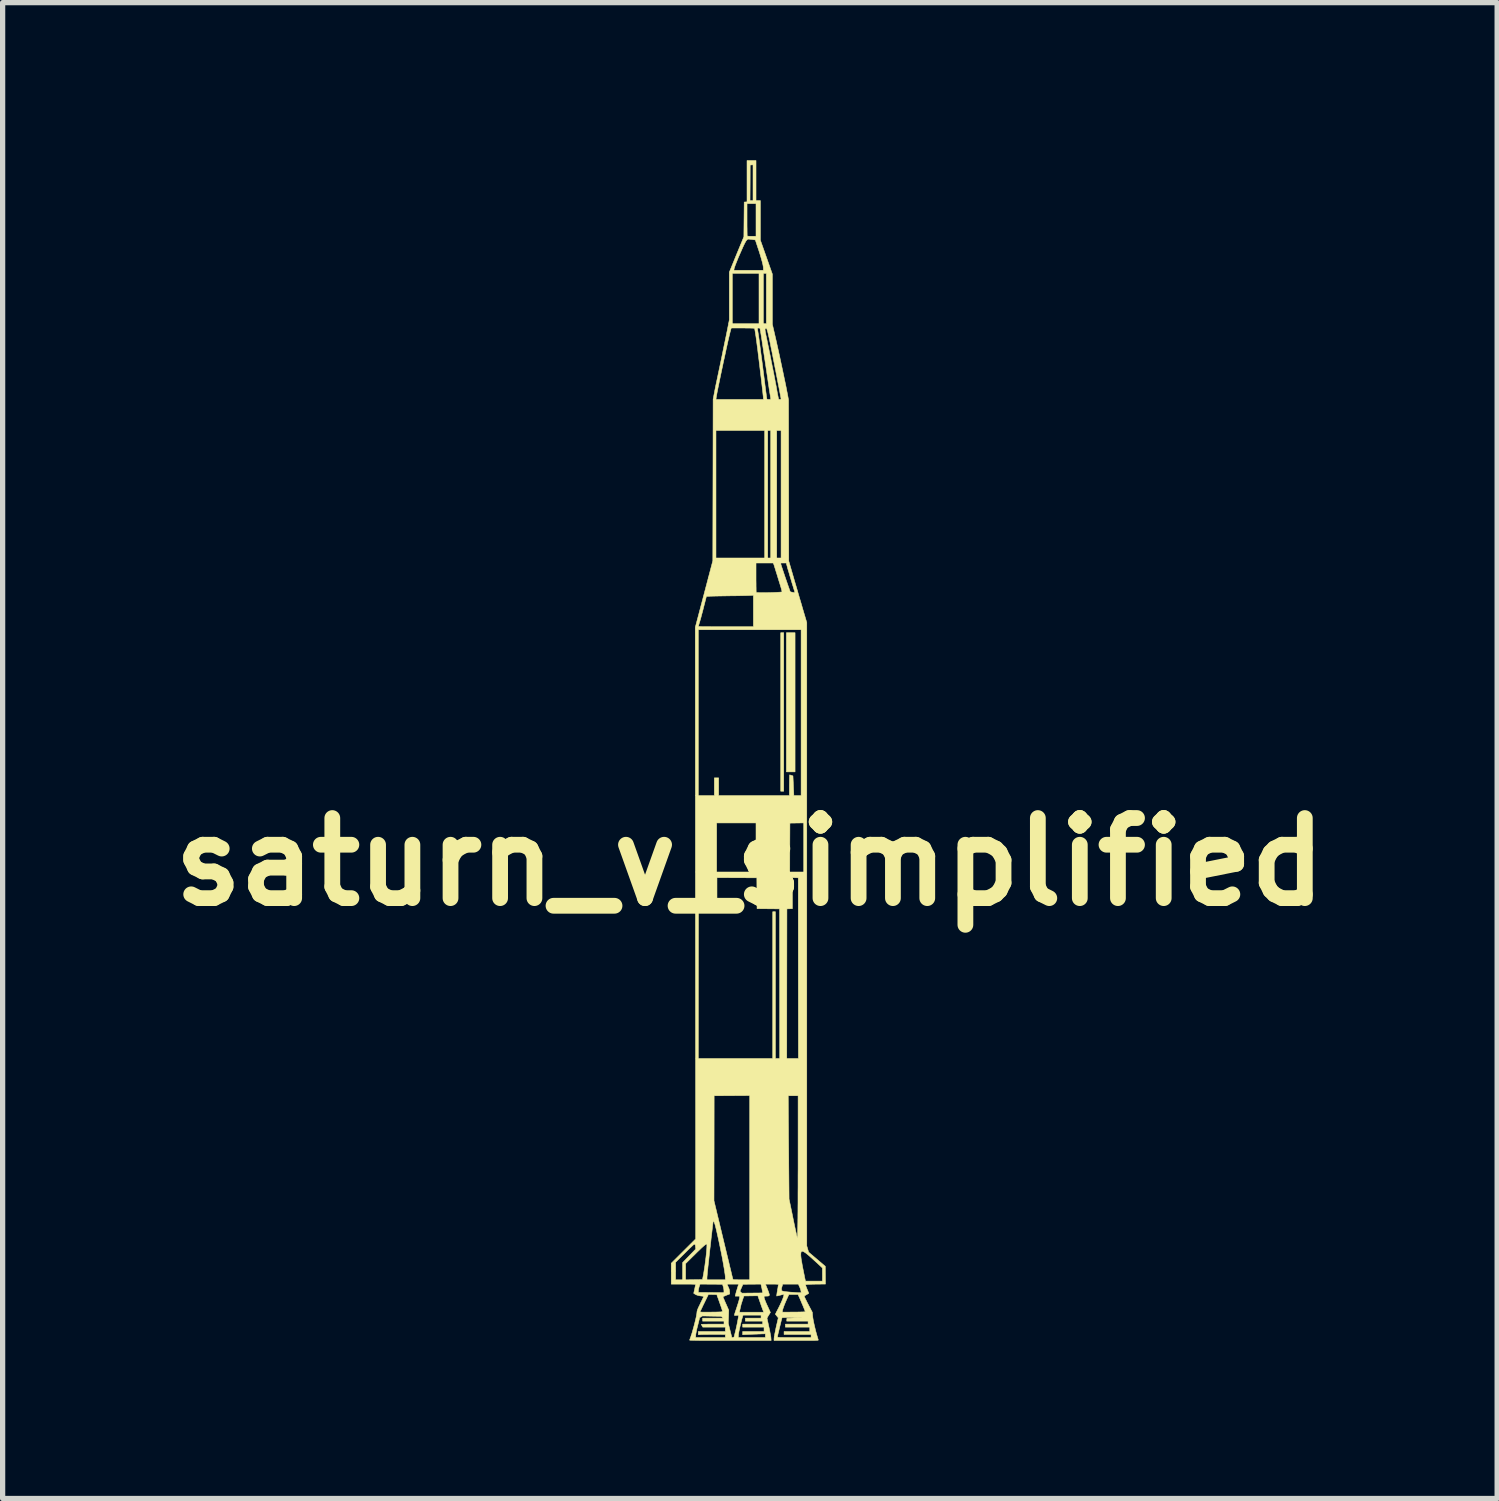
<source format=kicad_pcb>
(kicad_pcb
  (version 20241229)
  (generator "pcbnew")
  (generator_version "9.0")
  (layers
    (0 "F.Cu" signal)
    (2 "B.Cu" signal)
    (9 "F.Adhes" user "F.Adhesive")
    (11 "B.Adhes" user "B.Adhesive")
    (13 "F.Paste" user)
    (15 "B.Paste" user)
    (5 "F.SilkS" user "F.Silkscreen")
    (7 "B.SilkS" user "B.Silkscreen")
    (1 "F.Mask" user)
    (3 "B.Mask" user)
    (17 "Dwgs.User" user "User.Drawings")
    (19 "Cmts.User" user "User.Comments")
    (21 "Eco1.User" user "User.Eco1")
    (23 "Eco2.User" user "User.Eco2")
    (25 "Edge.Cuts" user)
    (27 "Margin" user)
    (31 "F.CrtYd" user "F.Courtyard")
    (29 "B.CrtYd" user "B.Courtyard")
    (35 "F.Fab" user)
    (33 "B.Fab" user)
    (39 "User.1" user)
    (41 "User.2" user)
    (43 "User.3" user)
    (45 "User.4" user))
  (footprint "saturn_v_simplified"
    (layer "F.Cu")
    (at 11.22 13.351)
    (property "Reference" "saturn_v_simplified" (at 0 0 0) (layer "F.SilkS") (effects (font (size 1.524 1.524) (thickness 0.3))))
    (attr through_hole)
    (fp_poly (pts (xy 0.643 -1.345) (xy 0.586 -1.345) (xy 0.586 -4.361) (xy 0.643 -4.361) (xy 0.643 -1.345)) (stroke (width 0.01) (type solid)) (fill yes) (layer "F.SilkS"))
    (fp_poly (pts (xy 0.859 -1.713) (xy 0.694 -1.713) (xy 0.694 -4.361) (xy 0.859 -4.361) (xy 0.859 -1.713)) (stroke (width 0.01) (type solid)) (fill yes) (layer "F.SilkS"))
    (fp_poly (pts (xy 0.116 -12.584) (xy 0.199 -12.584) (xy 0.199 -11.831) (xy 0.427 -11.185) (xy 0.427 -10.231) (xy 0.471 -10.041) (xy 0.487 -9.971) (xy 0.505 -9.894) (xy 0.523 -9.811) (xy 0.543 -9.722) (xy 0.563 -9.63) (xy 0.583 -9.536) (xy 0.603 -9.442) (xy 0.623 -9.349) (xy 0.642 -9.258) (xy 0.66 -9.172) (xy 0.677 -9.092) (xy 0.692 -9.018) (xy 0.704 -8.954) (xy 0.715 -8.9) (xy 0.718 -8.883) (xy 0.735 -8.79) (xy 0.737 -7.258) (xy 0.739 -5.725) (xy 0.828 -5.419) (xy 0.849 -5.346) (xy 0.873 -5.265) (xy 0.898 -5.18) (xy 0.923 -5.093) (xy 0.948 -5.008) (xy 0.972 -4.928) (xy 0.993 -4.856) (xy 0.999 -4.834) (xy 1.082 -4.554) (xy 1.082 1.377) (xy 1.082 7.307) (xy 1.117 7.426) (xy 1.434 7.695) (xy 1.436 7.864) (xy 1.437 8.033) (xy 1.253 8.035) (xy 1.19 8.036) (xy 1.14 8.038) (xy 1.102 8.039) (xy 1.076 8.042) (xy 1.064 8.044) (xy 1.062 8.045) (xy 1.06 8.052) (xy 1.063 8.065) (xy 1.071 8.088) (xy 1.084 8.12) (xy 1.087 8.129) (xy 1.099 8.157) (xy 1.109 8.182) (xy 1.116 8.199) (xy 1.12 8.208) (xy 1.12 8.208) (xy 1.115 8.212) (xy 1.101 8.221) (xy 1.082 8.232) (xy 1.079 8.234) (xy 1.058 8.246) (xy 1.042 8.256) (xy 1.034 8.263) (xy 1.034 8.263) (xy 1.036 8.27) (xy 1.043 8.287) (xy 1.054 8.312) (xy 1.07 8.343) (xy 1.088 8.38) (xy 1.109 8.42) (xy 1.188 8.571) (xy 1.192 8.625) (xy 1.197 8.67) (xy 1.206 8.725) (xy 1.219 8.788) (xy 1.235 8.857) (xy 1.253 8.931) (xy 1.274 9.006) (xy 1.297 9.083) (xy 1.301 9.096) (xy 1.301 9.098) (xy 1.3 9.1) (xy 1.295 9.102) (xy 1.288 9.103) (xy 1.275 9.104) (xy 1.258 9.105) (xy 1.234 9.106) (xy 1.203 9.106) (xy 1.165 9.107) (xy 1.117 9.107) (xy 1.06 9.107) (xy 0.992 9.107) (xy 0.912 9.107) (xy 0.882 9.107) (xy 0.459 9.107) (xy 0.459 9.076) (xy 0.461 9.057) (xy 0.463 9.039) (xy 0.523 9.039) (xy 0.524 9.042) (xy 0.526 9.044) (xy 0.531 9.045) (xy 0.541 9.047) (xy 0.555 9.048) (xy 0.575 9.049) (xy 0.603 9.049) (xy 0.638 9.05) (xy 0.683 9.05) (xy 0.737 9.05) (xy 0.803 9.05) (xy 0.843 9.05) (xy 1.164 9.05) (xy 1.164 8.993) (xy 0.65 8.993) (xy 0.65 8.936) (xy 1.139 8.936) (xy 1.139 8.853) (xy 0.675 8.853) (xy 0.675 8.796) (xy 1.107 8.796) (xy 1.107 8.739) (xy 0.7 8.739) (xy 0.702 8.712) (xy 0.704 8.685) (xy 0.84 8.678) (xy 0.895 8.675) (xy 0.938 8.672) (xy 0.969 8.67) (xy 0.987 8.668) (xy 0.993 8.667) (xy 0.987 8.667) (xy 0.968 8.666) (xy 0.936 8.666) (xy 0.892 8.667) (xy 0.835 8.668) (xy 0.821 8.668) (xy 0.771 8.669) (xy 0.726 8.67) (xy 0.686 8.67) (xy 0.653 8.671) (xy 0.629 8.672) (xy 0.615 8.673) (xy 0.612 8.673) (xy 0.61 8.68) (xy 0.605 8.697) (xy 0.598 8.723) (xy 0.59 8.755) (xy 0.581 8.793) (xy 0.571 8.833) (xy 0.561 8.874) (xy 0.551 8.915) (xy 0.542 8.953) (xy 0.534 8.986) (xy 0.528 9.013) (xy 0.524 9.031) (xy 0.523 9.039) (xy 0.463 9.039) (xy 0.465 9.026) (xy 0.472 8.986) (xy 0.482 8.937) (xy 0.493 8.881) (xy 0.507 8.818) (xy 0.522 8.754) (xy 0.54 8.676) (xy 0.512 8.641) (xy 0.484 8.607) (xy 0.512 8.552) (xy 0.618 8.552) (xy 0.618 8.568) (xy 0.833 8.566) (xy 0.884 8.566) (xy 0.931 8.565) (xy 0.973 8.564) (xy 1.007 8.563) (xy 1.033 8.562) (xy 1.049 8.561) (xy 1.053 8.56) (xy 1.051 8.554) (xy 1.046 8.537) (xy 1.036 8.511) (xy 1.022 8.478) (xy 1.007 8.44) (xy 0.988 8.397) (xy 0.969 8.351) (xy 0.948 8.303) (xy 0.929 8.261) (xy 0.916 8.231) (xy 0.742 8.231) (xy 0.694 8.337) (xy 0.668 8.398) (xy 0.647 8.45) (xy 0.632 8.493) (xy 0.622 8.527) (xy 0.618 8.55) (xy 0.618 8.552) (xy 0.512 8.552) (xy 0.544 8.49) (xy 0.576 8.425) (xy 0.603 8.366) (xy 0.625 8.314) (xy 0.64 8.271) (xy 0.646 8.246) (xy 0.65 8.226) (xy 0.58 8.244) (xy 0.51 8.261) (xy 0.51 8.248) (xy 0.511 8.237) (xy 0.514 8.216) (xy 0.518 8.188) (xy 0.524 8.155) (xy 0.526 8.142) (xy 0.527 8.137) (xy 0.599 8.137) (xy 0.603 8.154) (xy 0.608 8.16) (xy 0.618 8.166) (xy 0.637 8.171) (xy 0.65 8.174) (xy 0.668 8.177) (xy 0.695 8.18) (xy 0.73 8.183) (xy 0.769 8.187) (xy 0.811 8.19) (xy 0.852 8.193) (xy 0.891 8.196) (xy 0.923 8.198) (xy 0.944 8.198) (xy 0.975 8.199) (xy 0.972 8.169) (xy 0.968 8.149) (xy 0.96 8.123) (xy 0.949 8.095) (xy 0.945 8.087) (xy 0.921 8.034) (xy 0.625 8.034) (xy 0.612 8.076) (xy 0.602 8.112) (xy 0.599 8.137) (xy 0.527 8.137) (xy 0.532 8.109) (xy 0.536 8.08) (xy 0.54 8.058) (xy 0.542 8.044) (xy 0.542 8.042) (xy 0.539 8.039) (xy 0.529 8.037) (xy 0.511 8.036) (xy 0.483 8.035) (xy 0.445 8.034) (xy 0.418 8.034) (xy 0.295 8.034) (xy 0.333 8.127) (xy 0.346 8.161) (xy 0.357 8.191) (xy 0.365 8.216) (xy 0.37 8.233) (xy 0.37 8.238) (xy 0.368 8.249) (xy 0.361 8.257) (xy 0.345 8.261) (xy 0.321 8.262) (xy 0.305 8.263) (xy 0.285 8.263) (xy 0.274 8.265) (xy 0.269 8.27) (xy 0.269 8.278) (xy 0.271 8.292) (xy 0.276 8.312) (xy 0.286 8.339) (xy 0.3 8.374) (xy 0.319 8.419) (xy 0.343 8.47) (xy 0.39 8.573) (xy 0.358 8.624) (xy 0.344 8.647) (xy 0.333 8.667) (xy 0.327 8.68) (xy 0.326 8.683) (xy 0.327 8.692) (xy 0.331 8.71) (xy 0.337 8.738) (xy 0.345 8.773) (xy 0.353 8.813) (xy 0.361 8.847) (xy 0.371 8.893) (xy 0.38 8.938) (xy 0.388 8.98) (xy 0.395 9.016) (xy 0.399 9.043) (xy 0.4 9.055) (xy 0.404 9.107) (xy -0.372 9.107) (xy -0.503 9.107) (xy -0.621 9.107) (xy -0.727 9.107) (xy -0.821 9.107) (xy -0.903 9.106) (xy -0.973 9.106) (xy -1.03 9.105) (xy -1.076 9.104) (xy -1.111 9.103) (xy -1.134 9.102) (xy -1.146 9.101) (xy -1.147 9.101) (xy -1.145 9.091) (xy -1.139 9.075) (xy -1.138 9.071) (xy -1.13 9.05) (xy -1.033 9.05) (xy -0.468 9.05) (xy -0.468 8.993) (xy -0.59 8.991) (xy -0.641 8.991) (xy -0.694 8.991) (xy -0.746 8.991) (xy -0.797 8.992) (xy -0.845 8.992) (xy -0.887 8.993) (xy -0.922 8.994) (xy -0.948 8.995) (xy -0.963 8.997) (xy -0.965 8.997) (xy -0.975 8.998) (xy -0.98 8.995) (xy -0.982 8.985) (xy -0.982 8.968) (xy -0.982 8.936) (xy -0.468 8.936) (xy -0.468 8.853) (xy -0.682 8.853) (xy -0.896 8.853) (xy -0.911 8.828) (xy -0.919 8.812) (xy -0.924 8.802) (xy -0.925 8.8) (xy -0.919 8.799) (xy -0.902 8.798) (xy -0.874 8.797) (xy -0.839 8.797) (xy -0.797 8.796) (xy -0.749 8.796) (xy -0.709 8.796) (xy -0.493 8.796) (xy -0.493 8.739) (xy -0.9 8.739) (xy -0.9 8.682) (xy -0.509 8.682) (xy -0.527 8.664) (xy -0.544 8.647) (xy -0.724 8.644) (xy -0.903 8.64) (xy -0.929 8.656) (xy -0.956 8.672) (xy -0.978 8.761) (xy -0.996 8.833) (xy -1.011 8.892) (xy -1.021 8.941) (xy -1.028 8.979) (xy -1.032 9.007) (xy -1.033 9.02) (xy -1.033 9.05) (xy -1.13 9.05) (xy -1.127 9.042) (xy -1.114 9.004) (xy -1.1 8.959) (xy -1.086 8.909) (xy -1.071 8.856) (xy -1.056 8.801) (xy -1.043 8.748) (xy -1.031 8.699) (xy -1.021 8.654) (xy -1.014 8.617) (xy -1.01 8.59) (xy -1.009 8.584) (xy -1.008 8.567) (xy -1.007 8.565) (xy -0.95 8.565) (xy -0.944 8.565) (xy -0.928 8.566) (xy -0.902 8.567) (xy -0.869 8.567) (xy -0.83 8.567) (xy -0.788 8.567) (xy -0.745 8.567) (xy -0.701 8.566) (xy -0.66 8.566) (xy -0.623 8.565) (xy -0.591 8.564) (xy -0.567 8.564) (xy -0.552 8.562) (xy -0.55 8.562) (xy -0.533 8.559) (xy -0.525 8.554) (xy -0.524 8.546) (xy -0.524 8.543) (xy -0.527 8.533) (xy -0.533 8.512) (xy -0.542 8.484) (xy -0.554 8.449) (xy -0.568 8.41) (xy -0.578 8.381) (xy -0.615 8.277) (xy -0.512 8.277) (xy -0.51 8.285) (xy -0.503 8.302) (xy -0.492 8.327) (xy -0.479 8.358) (xy -0.463 8.394) (xy -0.457 8.407) (xy -0.403 8.53) (xy -0.407 8.654) (xy -0.412 8.778) (xy -0.378 8.914) (xy -0.344 9.05) (xy -0.324 9.05) (xy -0.222 9.05) (xy 0.294 9.05) (xy 0.294 8.98) (xy 0.27 8.98) (xy 0.257 8.981) (xy 0.232 8.981) (xy 0.199 8.983) (xy 0.161 8.984) (xy 0.118 8.986) (xy 0.073 8.987) (xy 0.029 8.989) (xy -0.012 8.991) (xy -0.048 8.993) (xy -0.078 8.994) (xy -0.098 8.995) (xy -0.138 8.998) (xy -0.138 8.936) (xy 0.269 8.936) (xy 0.269 8.853) (xy -0.138 8.853) (xy -0.138 8.796) (xy 0.243 8.796) (xy 0.243 8.739) (xy -0.087 8.739) (xy -0.087 8.682) (xy 0.212 8.682) (xy 0.212 8.625) (xy -0.131 8.625) (xy -0.141 8.658) (xy -0.153 8.7) (xy -0.165 8.747) (xy -0.177 8.795) (xy -0.189 8.844) (xy -0.199 8.891) (xy -0.208 8.932) (xy -0.214 8.967) (xy -0.218 8.992) (xy -0.218 8.998) (xy -0.222 9.05) (xy -0.324 9.05) (xy -0.309 9.048) (xy -0.302 9.04) (xy -0.301 9.036) (xy -0.298 9.025) (xy -0.293 9.004) (xy -0.286 8.976) (xy -0.278 8.944) (xy -0.275 8.933) (xy -0.263 8.882) (xy -0.251 8.827) (xy -0.238 8.765) (xy -0.225 8.693) (xy -0.217 8.646) (xy -0.214 8.626) (xy -0.255 8.629) (xy -0.279 8.631) (xy -0.292 8.629) (xy -0.296 8.625) (xy -0.296 8.625) (xy -0.294 8.617) (xy -0.289 8.598) (xy -0.281 8.572) (xy -0.279 8.568) (xy -0.2 8.568) (xy 0.262 8.568) (xy 0.242 8.515) (xy 0.233 8.491) (xy 0.221 8.458) (xy 0.208 8.42) (xy 0.194 8.38) (xy 0.187 8.36) (xy 0.151 8.256) (xy 0.019 8.258) (xy -0.114 8.26) (xy -0.135 8.32) (xy -0.168 8.423) (xy -0.191 8.525) (xy -0.2 8.568) (xy -0.279 8.568) (xy -0.27 8.539) (xy -0.258 8.503) (xy -0.255 8.495) (xy -0.234 8.43) (xy -0.217 8.376) (xy -0.205 8.333) (xy -0.198 8.301) (xy -0.195 8.279) (xy -0.195 8.277) (xy -0.196 8.269) (xy -0.2 8.265) (xy -0.212 8.263) (xy -0.232 8.263) (xy -0.237 8.263) (xy -0.279 8.263) (xy -0.275 8.242) (xy -0.272 8.229) (xy -0.266 8.206) (xy -0.258 8.177) (xy -0.255 8.169) (xy -0.19 8.169) (xy -0.154 8.206) (xy 0.24 8.202) (xy 0.239 8.18) (xy 0.237 8.164) (xy 0.232 8.14) (xy 0.227 8.111) (xy 0.223 8.096) (xy 0.21 8.034) (xy 0.039 8.036) (xy -0.132 8.037) (xy -0.161 8.103) (xy -0.19 8.169) (xy -0.255 8.169) (xy -0.248 8.143) (xy -0.243 8.128) (xy -0.215 8.034) (xy -0.326 8.034) (xy -0.362 8.034) (xy -0.393 8.035) (xy -0.417 8.035) (xy -0.432 8.036) (xy -0.436 8.037) (xy -0.433 8.044) (xy -0.426 8.059) (xy -0.416 8.079) (xy -0.413 8.086) (xy -0.399 8.117) (xy -0.391 8.143) (xy -0.387 8.172) (xy -0.387 8.177) (xy -0.384 8.222) (xy -0.448 8.246) (xy -0.474 8.257) (xy -0.495 8.266) (xy -0.509 8.273) (xy -0.512 8.277) (xy -0.615 8.277) (xy -0.63 8.234) (xy -0.71 8.232) (xy -0.79 8.231) (xy -0.87 8.396) (xy -0.891 8.438) (xy -0.909 8.477) (xy -0.925 8.51) (xy -0.938 8.537) (xy -0.946 8.555) (xy -0.95 8.564) (xy -0.95 8.565) (xy -1.007 8.565) (xy -1.006 8.552) (xy -1.002 8.537) (xy -0.996 8.52) (xy -0.988 8.499) (xy -0.976 8.472) (xy -0.959 8.438) (xy -0.941 8.4) (xy -0.876 8.266) (xy -0.896 8.264) (xy -0.946 8.258) (xy -0.986 8.25) (xy -1.017 8.24) (xy -1.037 8.23) (xy -1.069 8.21) (xy -1.066 8.193) (xy -0.984 8.193) (xy -0.75 8.194) (xy -0.696 8.195) (xy -0.646 8.195) (xy -0.601 8.196) (xy -0.563 8.196) (xy -0.534 8.197) (xy -0.513 8.197) (xy -0.504 8.198) (xy -0.504 8.198) (xy -0.498 8.197) (xy -0.495 8.19) (xy -0.494 8.175) (xy -0.494 8.163) (xy -0.496 8.137) (xy -0.501 8.107) (xy -0.508 8.082) (xy -0.522 8.037) (xy -0.736 8.036) (xy -0.949 8.034) (xy -0.963 8.074) (xy -0.971 8.103) (xy -0.978 8.135) (xy -0.98 8.153) (xy -0.984 8.193) (xy -1.066 8.193) (xy -1.051 8.127) (xy -1.045 8.096) (xy -1.039 8.069) (xy -1.035 8.05) (xy -1.033 8.04) (xy -1.033 8.039) (xy -1.039 8.038) (xy -1.057 8.037) (xy -1.084 8.036) (xy -1.12 8.035) (xy -1.162 8.035) (xy -1.211 8.034) (xy -1.264 8.034) (xy -1.497 8.034) (xy -1.497 7.637) (xy -1.478 7.619) (xy -1.414 7.619) (xy -1.414 7.785) (xy -1.414 7.952) (xy -1.281 7.952) (xy -1.281 7.788) (xy -1.281 7.644) (xy -1.224 7.644) (xy -1.224 7.952) (xy -1.203 7.952) (xy -0.817 7.952) (xy -0.468 7.952) (xy -0.468 7.912) (xy -0.469 7.887) (xy -0.473 7.85) (xy -0.48 7.804) (xy -0.488 7.749) (xy -0.499 7.687) (xy -0.511 7.618) (xy -0.524 7.545) (xy -0.539 7.468) (xy -0.555 7.389) (xy -0.571 7.31) (xy -0.588 7.23) (xy -0.605 7.152) (xy -0.622 7.076) (xy -0.638 7.005) (xy -0.654 6.939) (xy -0.656 6.933) (xy -0.665 6.898) (xy -0.675 6.869) (xy -0.684 6.847) (xy -0.691 6.834) (xy -0.697 6.831) (xy -0.699 6.834) (xy -0.7 6.842) (xy -0.702 6.861) (xy -0.706 6.891) (xy -0.711 6.93) (xy -0.716 6.977) (xy -0.722 7.031) (xy -0.729 7.091) (xy -0.737 7.156) (xy -0.744 7.225) (xy -0.752 7.296) (xy -0.761 7.368) (xy -0.769 7.442) (xy -0.777 7.514) (xy -0.784 7.584) (xy -0.792 7.652) (xy -0.799 7.715) (xy -0.801 7.739) (xy -0.806 7.783) (xy -0.81 7.824) (xy -0.813 7.861) (xy -0.816 7.892) (xy -0.817 7.913) (xy -0.817 7.918) (xy -0.817 7.952) (xy -1.203 7.952) (xy -1.063 7.95) (xy -0.903 7.948) (xy -0.892 7.893) (xy -0.88 7.829) (xy -0.869 7.758) (xy -0.857 7.681) (xy -0.847 7.603) (xy -0.837 7.526) (xy -0.829 7.452) (xy -0.823 7.386) (xy -0.82 7.344) (xy -0.819 7.313) (xy -0.818 7.292) (xy -0.819 7.28) (xy -0.821 7.274) (xy -0.825 7.272) (xy -0.828 7.272) (xy -0.836 7.275) (xy -0.849 7.284) (xy -0.868 7.299) (xy -0.892 7.32) (xy -0.924 7.349) (xy -0.962 7.386) (xy -1.008 7.43) (xy -1.062 7.484) (xy -1.092 7.513) (xy -1.224 7.644) (xy -1.281 7.644) (xy -1.281 7.625) (xy -1.156 7.496) (xy -1.031 7.367) (xy -1.035 7.325) (xy -1.038 7.297) (xy -1.043 7.281) (xy -1.05 7.275) (xy -1.062 7.277) (xy -1.069 7.282) (xy -1.078 7.289) (xy -1.094 7.304) (xy -1.117 7.326) (xy -1.146 7.353) (xy -1.179 7.385) (xy -1.215 7.421) (xy -1.25 7.456) (xy -1.414 7.619) (xy -1.478 7.619) (xy -1.032 7.174) (xy -1.032 6.447) (xy -0.684 6.447) (xy -0.506 7.188) (xy -0.483 7.283) (xy -0.461 7.374) (xy -0.44 7.462) (xy -0.42 7.544) (xy -0.401 7.621) (xy -0.385 7.692) (xy -0.369 7.755) (xy -0.356 7.81) (xy -0.345 7.857) (xy -0.336 7.894) (xy -0.329 7.921) (xy -0.325 7.936) (xy -0.324 7.94) (xy -0.322 7.944) (xy -0.318 7.947) (xy -0.31 7.949) (xy -0.296 7.95) (xy -0.275 7.951) (xy -0.246 7.951) (xy -0.207 7.952) (xy -0.163 7.952) (xy -0.004 7.952) (xy -0.004 7.461) (xy 0.968 7.461) (xy 0.969 7.496) (xy 0.974 7.543) (xy 0.977 7.563) (xy 0.981 7.589) (xy 0.988 7.625) (xy 0.995 7.668) (xy 1.004 7.716) (xy 1.014 7.766) (xy 1.024 7.817) (xy 1.034 7.865) (xy 1.042 7.908) (xy 1.05 7.944) (xy 1.057 7.977) (xy 1.38 7.977) (xy 1.38 7.852) (xy 1.379 7.726) (xy 1.284 7.637) (xy 1.224 7.583) (xy 1.174 7.537) (xy 1.13 7.498) (xy 1.094 7.468) (xy 1.064 7.444) (xy 1.039 7.427) (xy 1.02 7.416) (xy 1.004 7.41) (xy 0.993 7.409) (xy 0.988 7.41) (xy 0.977 7.419) (xy 0.971 7.435) (xy 0.968 7.461) (xy -0.004 7.461) (xy -0.004 4.45) (xy 0.729 4.45) (xy 0.731 4.745) (xy 0.731 4.793) (xy 0.732 4.853) (xy 0.732 4.923) (xy 0.733 5.001) (xy 0.734 5.087) (xy 0.734 5.179) (xy 0.735 5.275) (xy 0.736 5.374) (xy 0.737 5.476) (xy 0.738 5.577) (xy 0.739 5.678) (xy 0.739 5.728) (xy 0.745 6.416) (xy 0.802 6.69) (xy 0.82 6.779) (xy 0.836 6.857) (xy 0.85 6.924) (xy 0.862 6.98) (xy 0.872 7.027) (xy 0.881 7.065) (xy 0.887 7.096) (xy 0.893 7.119) (xy 0.897 7.135) (xy 0.9 7.147) (xy 0.902 7.153) (xy 0.904 7.155) (xy 0.904 7.154) (xy 0.905 7.148) (xy 0.906 7.13) (xy 0.907 7.101) (xy 0.908 7.064) (xy 0.909 7.018) (xy 0.91 6.966) (xy 0.911 6.908) (xy 0.912 6.846) (xy 0.912 6.82) (xy 0.913 6.775) (xy 0.913 6.719) (xy 0.914 6.651) (xy 0.914 6.574) (xy 0.915 6.489) (xy 0.915 6.395) (xy 0.915 6.295) (xy 0.916 6.189) (xy 0.916 6.079) (xy 0.916 5.964) (xy 0.917 5.847) (xy 0.917 5.729) (xy 0.917 5.609) (xy 0.917 5.49) (xy 0.917 5.469) (xy 0.917 4.45) (xy 0.729 4.45) (xy -0.004 4.45) (xy -0.004 4.446) (xy -0.342 4.448) (xy -0.681 4.45) (xy -0.682 5.448) (xy -0.684 6.447) (xy -1.032 6.447) (xy -1.034 3.742) (xy -0.982 3.742) (xy 0.434 3.742) (xy 0.434 0.948) (xy 0.485 0.948) (xy 0.485 3.742) (xy 0.567 3.742) (xy 0.701 3.742) (xy 0.923 3.742) (xy 0.921 2.022) (xy 0.92 0.303) (xy 0.864 0.301) (xy 0.808 0.299) (xy 0.808 0.89) (xy 0.756 0.892) (xy 0.704 0.894) (xy 0.702 2.318) (xy 0.701 3.742) (xy 0.567 3.742) (xy 0.566 2.318) (xy 0.564 0.894) (xy 0.35 0.892) (xy 0.136 0.89) (xy 0.134 0.597) (xy 0.132 0.303) (xy -0.247 0.301) (xy -0.627 0.3) (xy -0.627 0.89) (xy -0.803 0.892) (xy -0.979 0.894) (xy -0.981 2.318) (xy -0.982 3.742) (xy -1.034 3.742) (xy -1.036 1.357) (xy -1.037 -0.742) (xy -0.633 -0.742) (xy -0.633 0.192) (xy 0.116 0.192) (xy 0.758 0.192) (xy 1.024 0.192) (xy 1.024 -0.742) (xy 0.893 -0.74) (xy 0.761 -0.738) (xy 0.759 -0.273) (xy 0.758 0.192) (xy 0.116 0.192) (xy 0.116 -0.742) (xy -0.633 -0.742) (xy -1.037 -0.742) (xy -1.04 -4.418) (xy -0.982 -4.418) (xy -0.982 -1.262) (xy -0.677 -1.262) (xy -0.677 -1.599) (xy -0.595 -1.599) (xy -0.595 -1.262) (xy 0.751 -1.262) (xy 0.751 -1.459) (xy 0.752 -1.508) (xy 0.752 -1.552) (xy 0.753 -1.59) (xy 0.754 -1.621) (xy 0.755 -1.643) (xy 0.756 -1.655) (xy 0.757 -1.656) (xy 0.765 -1.654) (xy 0.781 -1.649) (xy 0.791 -1.646) (xy 0.819 -1.636) (xy 0.823 -1.549) (xy 0.825 -1.509) (xy 0.827 -1.462) (xy 0.829 -1.413) (xy 0.831 -1.368) (xy 0.832 -1.362) (xy 0.836 -1.262) (xy 0.974 -1.262) (xy 0.974 -4.418) (xy -0.982 -4.418) (xy -1.04 -4.418) (xy -1.04 -4.46) (xy -1.034 -4.484) (xy -0.981 -4.484) (xy -0.979 -4.483) (xy -0.975 -4.481) (xy -0.968 -4.48) (xy -0.956 -4.479) (xy -0.94 -4.478) (xy -0.919 -4.477) (xy -0.891 -4.477) (xy -0.855 -4.476) (xy -0.812 -4.476) (xy -0.76 -4.476) (xy -0.698 -4.475) (xy -0.626 -4.475) (xy -0.542 -4.475) (xy -0.459 -4.475) (xy 0.066 -4.475) (xy 0.066 -5.074) (xy -0.009 -5.07) (xy -0.031 -5.069) (xy -0.065 -5.068) (xy -0.107 -5.067) (xy -0.157 -5.066) (xy -0.213 -5.065) (xy -0.272 -5.064) (xy -0.334 -5.063) (xy -0.373 -5.063) (xy -0.436 -5.062) (xy -0.498 -5.061) (xy -0.557 -5.06) (xy -0.612 -5.059) (xy -0.661 -5.058) (xy -0.701 -5.057) (xy -0.732 -5.056) (xy -0.745 -5.056) (xy -0.828 -5.052) (xy -0.878 -4.857) (xy -0.891 -4.805) (xy -0.905 -4.752) (xy -0.919 -4.701) (xy -0.931 -4.654) (xy -0.942 -4.615) (xy -0.951 -4.585) (xy -0.952 -4.58) (xy -0.962 -4.549) (xy -0.97 -4.521) (xy -0.976 -4.5) (xy -0.98 -4.488) (xy -0.981 -4.486) (xy -0.981 -4.484) (xy -1.034 -4.484) (xy -0.873 -5.095) (xy -0.717 -5.688) (xy 0.116 -5.688) (xy 0.116 -5.41) (xy 0.116 -5.352) (xy 0.117 -5.297) (xy 0.117 -5.248) (xy 0.118 -5.206) (xy 0.118 -5.171) (xy 0.119 -5.146) (xy 0.12 -5.131) (xy 0.121 -5.127) (xy 0.128 -5.126) (xy 0.147 -5.125) (xy 0.175 -5.124) (xy 0.21 -5.124) (xy 0.25 -5.123) (xy 0.295 -5.124) (xy 0.341 -5.124) (xy 0.388 -5.125) (xy 0.433 -5.126) (xy 0.475 -5.128) (xy 0.502 -5.129) (xy 0.537 -5.131) (xy 0.568 -5.133) (xy 0.591 -5.135) (xy 0.606 -5.137) (xy 0.61 -5.138) (xy 0.61 -5.146) (xy 0.607 -5.162) (xy 0.602 -5.182) (xy 0.597 -5.2) (xy 0.589 -5.228) (xy 0.578 -5.264) (xy 0.565 -5.307) (xy 0.55 -5.354) (xy 0.535 -5.403) (xy 0.52 -5.453) (xy 0.505 -5.501) (xy 0.491 -5.545) (xy 0.479 -5.585) (xy 0.469 -5.616) (xy 0.462 -5.639) (xy 0.462 -5.639) (xy 0.449 -5.677) (xy 0.586 -5.677) (xy 0.588 -5.668) (xy 0.594 -5.649) (xy 0.603 -5.62) (xy 0.615 -5.584) (xy 0.629 -5.542) (xy 0.645 -5.494) (xy 0.662 -5.443) (xy 0.68 -5.39) (xy 0.699 -5.336) (xy 0.717 -5.283) (xy 0.735 -5.232) (xy 0.74 -5.218) (xy 0.768 -5.139) (xy 0.803 -5.132) (xy 0.829 -5.126) (xy 0.846 -5.124) (xy 0.853 -5.127) (xy 0.853 -5.136) (xy 0.849 -5.153) (xy 0.846 -5.163) (xy 0.834 -5.198) (xy 0.822 -5.24) (xy 0.807 -5.287) (xy 0.792 -5.337) (xy 0.777 -5.389) (xy 0.761 -5.44) (xy 0.747 -5.49) (xy 0.733 -5.536) (xy 0.721 -5.576) (xy 0.712 -5.61) (xy 0.705 -5.636) (xy 0.701 -5.651) (xy 0.7 -5.652) (xy 0.692 -5.688) (xy 0.639 -5.688) (xy 0.613 -5.688) (xy 0.597 -5.687) (xy 0.589 -5.684) (xy 0.586 -5.679) (xy 0.586 -5.677) (xy 0.449 -5.677) (xy 0.446 -5.688) (xy 0.116 -5.688) (xy -0.717 -5.688) (xy -0.706 -5.729) (xy -0.701 -8.209) (xy -0.646 -8.209) (xy -0.646 -5.783) (xy 0.281 -5.783) (xy 0.281 -8.209) (xy 0.339 -8.209) (xy 0.339 -5.783) (xy 0.396 -5.783) (xy 0.396 -8.209) (xy 0.51 -8.209) (xy 0.51 -5.783) (xy 0.593 -5.783) (xy 0.593 -8.209) (xy 0.51 -8.209) (xy 0.396 -8.209) (xy 0.339 -8.209) (xy 0.281 -8.209) (xy -0.646 -8.209) (xy -0.701 -8.209) (xy -0.7 -8.8) (xy -0.646 -8.8) (xy 0.258 -8.8) (xy 0.254 -8.849) (xy 0.252 -8.87) (xy 0.248 -8.902) (xy 0.244 -8.944) (xy 0.238 -8.995) (xy 0.231 -9.053) (xy 0.224 -9.117) (xy 0.216 -9.186) (xy 0.207 -9.259) (xy 0.198 -9.334) (xy 0.189 -9.41) (xy 0.18 -9.485) (xy 0.171 -9.559) (xy 0.162 -9.63) (xy 0.154 -9.696) (xy 0.148 -9.749) (xy 0.136 -9.837) (xy 0.126 -9.915) (xy 0.117 -9.982) (xy 0.108 -10.039) (xy 0.101 -10.085) (xy 0.095 -10.12) (xy 0.091 -10.143) (xy 0.088 -10.15) (xy 0.143 -10.15) (xy 0.143 -10.138) (xy 0.147 -10.117) (xy 0.152 -10.092) (xy 0.156 -10.067) (xy 0.162 -10.03) (xy 0.169 -9.98) (xy 0.178 -9.918) (xy 0.188 -9.843) (xy 0.199 -9.756) (xy 0.212 -9.657) (xy 0.227 -9.546) (xy 0.243 -9.422) (xy 0.26 -9.287) (xy 0.269 -9.219) (xy 0.278 -9.149) (xy 0.286 -9.082) (xy 0.294 -9.02) (xy 0.301 -8.964) (xy 0.308 -8.915) (xy 0.313 -8.873) (xy 0.318 -8.841) (xy 0.321 -8.819) (xy 0.322 -8.808) (xy 0.323 -8.808) (xy 0.331 -8.803) (xy 0.35 -8.8) (xy 0.361 -8.8) (xy 0.381 -8.8) (xy 0.391 -8.802) (xy 0.395 -8.808) (xy 0.396 -8.814) (xy 0.395 -8.827) (xy 0.391 -8.848) (xy 0.387 -8.873) (xy 0.386 -8.879) (xy 0.383 -8.898) (xy 0.378 -8.927) (xy 0.372 -8.965) (xy 0.365 -9.01) (xy 0.358 -9.059) (xy 0.35 -9.112) (xy 0.345 -9.146) (xy 0.336 -9.21) (xy 0.326 -9.276) (xy 0.316 -9.345) (xy 0.305 -9.418) (xy 0.293 -9.496) (xy 0.28 -9.582) (xy 0.266 -9.675) (xy 0.251 -9.777) (xy 0.234 -9.89) (xy 0.225 -9.949) (xy 0.218 -9.995) (xy 0.211 -10.038) (xy 0.205 -10.075) (xy 0.201 -10.106) (xy 0.197 -10.127) (xy 0.196 -10.133) (xy 0.288 -10.133) (xy 0.288 -10.123) (xy 0.29 -10.108) (xy 0.293 -10.086) (xy 0.299 -10.058) (xy 0.306 -10.02) (xy 0.316 -9.973) (xy 0.326 -9.924) (xy 0.346 -9.826) (xy 0.367 -9.725) (xy 0.388 -9.622) (xy 0.408 -9.519) (xy 0.428 -9.418) (xy 0.448 -9.321) (xy 0.466 -9.228) (xy 0.482 -9.142) (xy 0.497 -9.066) (xy 0.509 -8.999) (xy 0.51 -8.993) (xy 0.518 -8.947) (xy 0.526 -8.905) (xy 0.533 -8.868) (xy 0.539 -8.839) (xy 0.543 -8.818) (xy 0.545 -8.808) (xy 0.545 -8.808) (xy 0.553 -8.802) (xy 0.568 -8.8) (xy 0.57 -8.8) (xy 0.586 -8.801) (xy 0.592 -8.807) (xy 0.593 -8.811) (xy 0.591 -8.819) (xy 0.588 -8.839) (xy 0.582 -8.868) (xy 0.575 -8.907) (xy 0.566 -8.954) (xy 0.556 -9.009) (xy 0.544 -9.069) (xy 0.531 -9.134) (xy 0.518 -9.203) (xy 0.504 -9.275) (xy 0.49 -9.348) (xy 0.475 -9.422) (xy 0.461 -9.496) (xy 0.446 -9.568) (xy 0.433 -9.638) (xy 0.42 -9.704) (xy 0.407 -9.765) (xy 0.396 -9.821) (xy 0.387 -9.869) (xy 0.378 -9.91) (xy 0.372 -9.941) (xy 0.37 -9.951) (xy 0.355 -10.016) (xy 0.343 -10.069) (xy 0.332 -10.11) (xy 0.323 -10.138) (xy 0.315 -10.153) (xy 0.312 -10.156) (xy 0.303 -10.155) (xy 0.294 -10.148) (xy 0.291 -10.145) (xy 0.289 -10.14) (xy 0.288 -10.133) (xy 0.196 -10.133) (xy 0.196 -10.138) (xy 0.192 -10.151) (xy 0.185 -10.157) (xy 0.171 -10.159) (xy 0.167 -10.159) (xy 0.154 -10.158) (xy 0.147 -10.156) (xy 0.143 -10.15) (xy 0.088 -10.15) (xy 0.087 -10.153) (xy 0.08 -10.154) (xy 0.062 -10.156) (xy 0.034 -10.157) (xy -0.003 -10.158) (xy -0.048 -10.158) (xy -0.098 -10.159) (xy -0.135 -10.159) (xy -0.354 -10.159) (xy -0.361 -10.141) (xy -0.365 -10.126) (xy -0.372 -10.1) (xy -0.381 -10.064) (xy -0.392 -10.018) (xy -0.405 -9.964) (xy -0.419 -9.903) (xy -0.434 -9.836) (xy -0.45 -9.764) (xy -0.466 -9.688) (xy -0.483 -9.609) (xy -0.501 -9.529) (xy -0.518 -9.447) (xy -0.535 -9.367) (xy -0.552 -9.287) (xy -0.568 -9.21) (xy -0.583 -9.137) (xy -0.597 -9.069) (xy -0.61 -9.006) (xy -0.621 -8.95) (xy -0.63 -8.902) (xy -0.637 -8.862) (xy -0.642 -8.833) (xy -0.642 -8.83) (xy -0.646 -8.8) (xy -0.7 -8.8) (xy -0.699 -8.809) (xy -0.682 -8.898) (xy -0.666 -8.983) (xy -0.647 -9.077) (xy -0.625 -9.181) (xy -0.601 -9.296) (xy -0.585 -9.371) (xy -0.562 -9.481) (xy -0.537 -9.6) (xy -0.512 -9.724) (xy -0.486 -9.85) (xy -0.46 -9.974) (xy -0.436 -10.092) (xy -0.429 -10.127) (xy -0.392 -10.314) (xy -0.392 -10.768) (xy -0.392 -11.2) (xy -0.335 -11.2) (xy -0.335 -10.241) (xy 0.173 -10.241) (xy 0.173 -11.2) (xy 0.256 -11.2) (xy 0.256 -10.241) (xy 0.313 -10.241) (xy 0.313 -11.2) (xy 0.256 -11.2) (xy 0.173 -11.2) (xy -0.335 -11.2) (xy -0.392 -11.2) (xy -0.392 -11.222) (xy -0.369 -11.277) (xy -0.303 -11.277) (xy -0.303 -11.257) (xy 0.256 -11.257) (xy 0.256 -11.294) (xy 0.254 -11.324) (xy 0.247 -11.364) (xy 0.235 -11.414) (xy 0.218 -11.475) (xy 0.197 -11.547) (xy 0.171 -11.63) (xy 0.16 -11.662) (xy 0.103 -11.835) (xy 0.083 -11.838) (xy 0.067 -11.84) (xy 0.043 -11.844) (xy 0.016 -11.847) (xy 0.012 -11.847) (xy -0.014 -11.85) (xy -0.03 -11.851) (xy -0.041 -11.849) (xy -0.049 -11.844) (xy -0.056 -11.837) (xy -0.065 -11.827) (xy -0.075 -11.814) (xy -0.086 -11.795) (xy -0.099 -11.771) (xy -0.115 -11.739) (xy -0.134 -11.698) (xy -0.156 -11.648) (xy -0.166 -11.625) (xy -0.193 -11.564) (xy -0.219 -11.505) (xy -0.241 -11.45) (xy -0.261 -11.4) (xy -0.278 -11.357) (xy -0.29 -11.322) (xy -0.299 -11.295) (xy -0.303 -11.279) (xy -0.303 -11.277) (xy -0.369 -11.277) (xy -0.254 -11.559) (xy -0.115 -11.895) (xy -0.109 -12.527) (xy -0.055 -12.527) (xy -0.055 -12.22) (xy -0.055 -12.159) (xy -0.055 -12.102) (xy -0.054 -12.049) (xy -0.054 -12.004) (xy -0.053 -11.965) (xy -0.053 -11.936) (xy -0.052 -11.917) (xy -0.051 -11.909) (xy -0.051 -11.909) (xy -0.043 -11.907) (xy -0.025 -11.906) (xy -0.000088 -11.905) (xy 0.03 -11.905) (xy 0.035 -11.905) (xy 0.116 -11.905) (xy 0.116 -12.527) (xy -0.055 -12.527) (xy -0.109 -12.527) (xy -0.109 -12.556) (xy -0.055 -12.56) (xy -0.055 -12.584) (xy 0.002 -12.584) (xy 0.059 -12.584) (xy 0.059 -13.264) (xy 0.032 -13.263) (xy 0.005 -13.261) (xy 0.004 -12.922) (xy 0.002 -12.584) (xy -0.055 -12.584) (xy -0.055 -12.953) (xy -0.055 -13.346) (xy 0.116 -13.346) (xy 0.116 -12.584)) (stroke (width 0.01) (type solid)) (fill yes) (layer "F.SilkS")))
  (gr_rect
    (start -3 -3)
    (end 25.439 25.464)
    (stroke (width 0.1) (type default))
    (fill no)
    (layer "Edge.Cuts")))
</source>
